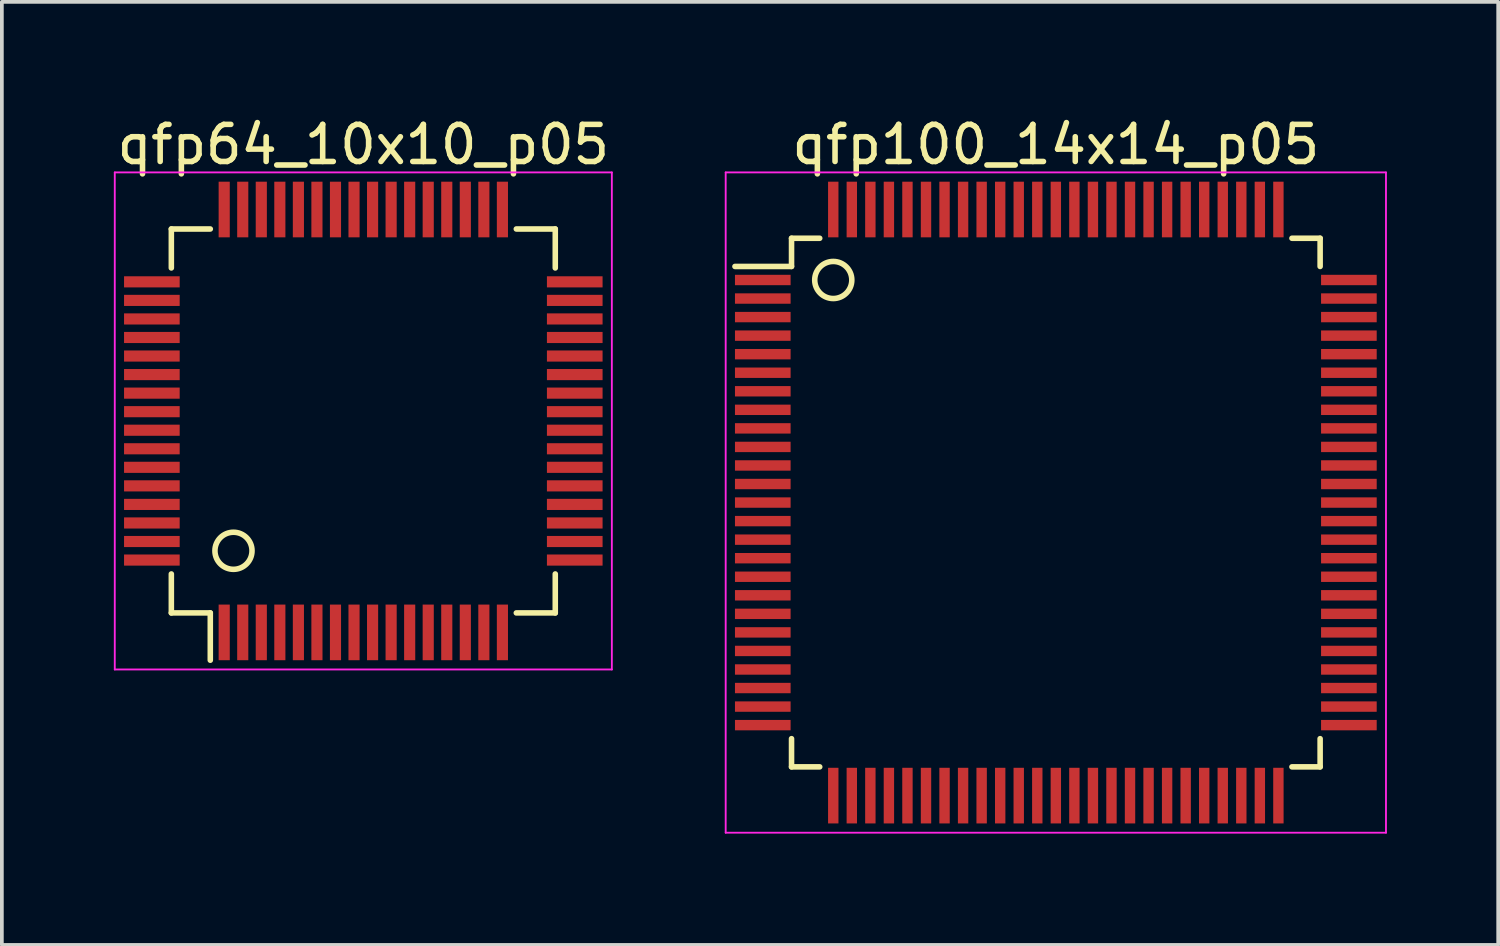
<source format=kicad_pcb>
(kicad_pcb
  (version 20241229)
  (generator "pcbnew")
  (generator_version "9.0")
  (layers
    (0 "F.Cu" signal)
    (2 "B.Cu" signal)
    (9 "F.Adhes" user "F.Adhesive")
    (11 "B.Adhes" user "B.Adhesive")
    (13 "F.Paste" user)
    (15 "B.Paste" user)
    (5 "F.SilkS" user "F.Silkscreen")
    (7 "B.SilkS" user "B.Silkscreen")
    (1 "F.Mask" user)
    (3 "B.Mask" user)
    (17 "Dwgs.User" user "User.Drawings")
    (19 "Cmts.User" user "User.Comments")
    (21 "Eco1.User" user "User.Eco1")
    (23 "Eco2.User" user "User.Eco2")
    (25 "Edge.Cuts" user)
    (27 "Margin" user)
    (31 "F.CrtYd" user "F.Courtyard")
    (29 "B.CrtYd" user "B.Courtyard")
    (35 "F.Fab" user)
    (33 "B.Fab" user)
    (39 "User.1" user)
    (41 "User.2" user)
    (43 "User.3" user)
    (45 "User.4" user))
  (footprint "qfp64_10x10_p05"
    (layer "F.Cu")
    (at 6.744 8.298)
    (property "Reference" "qfp64_10x10_p05" (at 0 -7.45 0) (layer "F.SilkS") (effects (font (size 1 1) (thickness 0.15))))
    (attr smd)
    (fp_line (start -5.175 -5.175) (end -5.175 -4.125) (stroke (width 0.15) (type solid)) (layer "F.SilkS"))
    (fp_line (start -5.175 -5.175) (end -4.125 -5.175) (stroke (width 0.15) (type solid)) (layer "F.SilkS"))
    (fp_line (start -5.175 5.175) (end -5.175 4.125) (stroke (width 0.15) (type solid)) (layer "F.SilkS"))
    (fp_line (start -5.175 5.175) (end -4.125 5.175) (stroke (width 0.15) (type solid)) (layer "F.SilkS"))
    (fp_line (start -4.125 5.175) (end -4.125 6.45) (stroke (width 0.15) (type solid)) (layer "F.SilkS"))
    (fp_line (start 5.175 -5.175) (end 4.125 -5.175) (stroke (width 0.15) (type solid)) (layer "F.SilkS"))
    (fp_line (start 5.175 -5.175) (end 5.175 -4.125) (stroke (width 0.15) (type solid)) (layer "F.SilkS"))
    (fp_line (start 5.175 5.175) (end 4.125 5.175) (stroke (width 0.15) (type solid)) (layer "F.SilkS"))
    (fp_line (start 5.175 5.175) (end 5.175 4.125) (stroke (width 0.15) (type solid)) (layer "F.SilkS"))
    (fp_circle (center -3.5 3.5) (end -3.5 3) (stroke (width 0.15) (type solid)) (fill no) (layer "F.SilkS"))
    (fp_line (start -6.7 -6.7) (end -6.7 6.7) (stroke (width 0.05) (type solid)) (layer "F.CrtYd"))
    (fp_line (start -6.7 -6.7) (end 6.7 -6.7) (stroke (width 0.05) (type solid)) (layer "F.CrtYd"))
    (fp_line (start -6.7 6.7) (end 6.7 6.7) (stroke (width 0.05) (type solid)) (layer "F.CrtYd"))
    (fp_line (start 6.7 -6.7) (end 6.7 6.7) (stroke (width 0.05) (type solid)) (layer "F.CrtYd"))
    (pad "1" smd rect (at -3.75 5.7 90) (size 1.5 0.3) (layers "F.Cu" "F.Mask" "F.Paste"))
    (pad "2" smd rect (at -3.25 5.7 90) (size 1.5 0.3) (layers "F.Cu" "F.Mask" "F.Paste"))
    (pad "3" smd rect (at -2.75 5.7 90) (size 1.5 0.3) (layers "F.Cu" "F.Mask" "F.Paste"))
    (pad "4" smd rect (at -2.25 5.7 90) (size 1.5 0.3) (layers "F.Cu" "F.Mask" "F.Paste"))
    (pad "5" smd rect (at -1.75 5.7 90) (size 1.5 0.3) (layers "F.Cu" "F.Mask" "F.Paste"))
    (pad "6" smd rect (at -1.25 5.7 90) (size 1.5 0.3) (layers "F.Cu" "F.Mask" "F.Paste"))
    (pad "7" smd rect (at -0.75 5.7 90) (size 1.5 0.3) (layers "F.Cu" "F.Mask" "F.Paste"))
    (pad "8" smd rect (at -0.25 5.7 90) (size 1.5 0.3) (layers "F.Cu" "F.Mask" "F.Paste"))
    (pad "9" smd rect (at 0.25 5.7 90) (size 1.5 0.3) (layers "F.Cu" "F.Mask" "F.Paste"))
    (pad "10" smd rect (at 0.75 5.7 90) (size 1.5 0.3) (layers "F.Cu" "F.Mask" "F.Paste"))
    (pad "11" smd rect (at 1.25 5.7 90) (size 1.5 0.3) (layers "F.Cu" "F.Mask" "F.Paste"))
    (pad "12" smd rect (at 1.75 5.7 90) (size 1.5 0.3) (layers "F.Cu" "F.Mask" "F.Paste"))
    (pad "13" smd rect (at 2.25 5.7 90) (size 1.5 0.3) (layers "F.Cu" "F.Mask" "F.Paste"))
    (pad "14" smd rect (at 2.75 5.7 90) (size 1.5 0.3) (layers "F.Cu" "F.Mask" "F.Paste"))
    (pad "15" smd rect (at 3.25 5.7 90) (size 1.5 0.3) (layers "F.Cu" "F.Mask" "F.Paste"))
    (pad "16" smd rect (at 3.75 5.7 90) (size 1.5 0.3) (layers "F.Cu" "F.Mask" "F.Paste"))
    (pad "17" smd rect (at 5.7 3.75 180) (size 1.5 0.3) (layers "F.Cu" "F.Mask" "F.Paste"))
    (pad "18" smd rect (at 5.7 3.25 180) (size 1.5 0.3) (layers "F.Cu" "F.Mask" "F.Paste"))
    (pad "19" smd rect (at 5.7 2.75 180) (size 1.5 0.3) (layers "F.Cu" "F.Mask" "F.Paste"))
    (pad "20" smd rect (at 5.7 2.25 180) (size 1.5 0.3) (layers "F.Cu" "F.Mask" "F.Paste"))
    (pad "21" smd rect (at 5.7 1.75 180) (size 1.5 0.3) (layers "F.Cu" "F.Mask" "F.Paste"))
    (pad "22" smd rect (at 5.7 1.25 180) (size 1.5 0.3) (layers "F.Cu" "F.Mask" "F.Paste"))
    (pad "23" smd rect (at 5.7 0.75 180) (size 1.5 0.3) (layers "F.Cu" "F.Mask" "F.Paste"))
    (pad "24" smd rect (at 5.7 0.25 180) (size 1.5 0.3) (layers "F.Cu" "F.Mask" "F.Paste"))
    (pad "25" smd rect (at 5.7 -0.25 180) (size 1.5 0.3) (layers "F.Cu" "F.Mask" "F.Paste"))
    (pad "26" smd rect (at 5.7 -0.75 180) (size 1.5 0.3) (layers "F.Cu" "F.Mask" "F.Paste"))
    (pad "27" smd rect (at 5.7 -1.25 180) (size 1.5 0.3) (layers "F.Cu" "F.Mask" "F.Paste"))
    (pad "28" smd rect (at 5.7 -1.75 180) (size 1.5 0.3) (layers "F.Cu" "F.Mask" "F.Paste"))
    (pad "29" smd rect (at 5.7 -2.25 180) (size 1.5 0.3) (layers "F.Cu" "F.Mask" "F.Paste"))
    (pad "30" smd rect (at 5.7 -2.75 180) (size 1.5 0.3) (layers "F.Cu" "F.Mask" "F.Paste"))
    (pad "31" smd rect (at 5.7 -3.25 180) (size 1.5 0.3) (layers "F.Cu" "F.Mask" "F.Paste"))
    (pad "32" smd rect (at 5.7 -3.75 180) (size 1.5 0.3) (layers "F.Cu" "F.Mask" "F.Paste"))
    (pad "33" smd rect (at 3.75 -5.7 90) (size 1.5 0.3) (layers "F.Cu" "F.Mask" "F.Paste"))
    (pad "34" smd rect (at 3.25 -5.7 90) (size 1.5 0.3) (layers "F.Cu" "F.Mask" "F.Paste"))
    (pad "35" smd rect (at 2.75 -5.7 90) (size 1.5 0.3) (layers "F.Cu" "F.Mask" "F.Paste"))
    (pad "36" smd rect (at 2.25 -5.7 90) (size 1.5 0.3) (layers "F.Cu" "F.Mask" "F.Paste"))
    (pad "37" smd rect (at 1.75 -5.7 90) (size 1.5 0.3) (layers "F.Cu" "F.Mask" "F.Paste"))
    (pad "38" smd rect (at 1.25 -5.7 90) (size 1.5 0.3) (layers "F.Cu" "F.Mask" "F.Paste"))
    (pad "39" smd rect (at 0.75 -5.7 90) (size 1.5 0.3) (layers "F.Cu" "F.Mask" "F.Paste"))
    (pad "40" smd rect (at 0.25 -5.7 90) (size 1.5 0.3) (layers "F.Cu" "F.Mask" "F.Paste"))
    (pad "41" smd rect (at -0.25 -5.7 90) (size 1.5 0.3) (layers "F.Cu" "F.Mask" "F.Paste"))
    (pad "42" smd rect (at -0.75 -5.7 90) (size 1.5 0.3) (layers "F.Cu" "F.Mask" "F.Paste"))
    (pad "43" smd rect (at -1.25 -5.7 90) (size 1.5 0.3) (layers "F.Cu" "F.Mask" "F.Paste"))
    (pad "44" smd rect (at -1.75 -5.7 90) (size 1.5 0.3) (layers "F.Cu" "F.Mask" "F.Paste"))
    (pad "45" smd rect (at -2.25 -5.7 90) (size 1.5 0.3) (layers "F.Cu" "F.Mask" "F.Paste"))
    (pad "46" smd rect (at -2.75 -5.7 90) (size 1.5 0.3) (layers "F.Cu" "F.Mask" "F.Paste"))
    (pad "47" smd rect (at -3.25 -5.7 90) (size 1.5 0.3) (layers "F.Cu" "F.Mask" "F.Paste"))
    (pad "48" smd rect (at -3.75 -5.7 90) (size 1.5 0.3) (layers "F.Cu" "F.Mask" "F.Paste"))
    (pad "49" smd rect (at -5.7 -3.75 180) (size 1.5 0.3) (layers "F.Cu" "F.Mask" "F.Paste"))
    (pad "50" smd rect (at -5.7 -3.25 180) (size 1.5 0.3) (layers "F.Cu" "F.Mask" "F.Paste"))
    (pad "51" smd rect (at -5.7 -2.75 180) (size 1.5 0.3) (layers "F.Cu" "F.Mask" "F.Paste"))
    (pad "52" smd rect (at -5.7 -2.25 180) (size 1.5 0.3) (layers "F.Cu" "F.Mask" "F.Paste"))
    (pad "53" smd rect (at -5.7 -1.75 180) (size 1.5 0.3) (layers "F.Cu" "F.Mask" "F.Paste"))
    (pad "54" smd rect (at -5.7 -1.25 180) (size 1.5 0.3) (layers "F.Cu" "F.Mask" "F.Paste"))
    (pad "55" smd rect (at -5.7 -0.75 180) (size 1.5 0.3) (layers "F.Cu" "F.Mask" "F.Paste"))
    (pad "56" smd rect (at -5.7 -0.25 180) (size 1.5 0.3) (layers "F.Cu" "F.Mask" "F.Paste"))
    (pad "57" smd rect (at -5.7 0.25 180) (size 1.5 0.3) (layers "F.Cu" "F.Mask" "F.Paste"))
    (pad "58" smd rect (at -5.7 0.75 180) (size 1.5 0.3) (layers "F.Cu" "F.Mask" "F.Paste"))
    (pad "59" smd rect (at -5.7 1.25 180) (size 1.5 0.3) (layers "F.Cu" "F.Mask" "F.Paste"))
    (pad "60" smd rect (at -5.7 1.75 180) (size 1.5 0.3) (layers "F.Cu" "F.Mask" "F.Paste"))
    (pad "61" smd rect (at -5.7 2.25 180) (size 1.5 0.3) (layers "F.Cu" "F.Mask" "F.Paste"))
    (pad "62" smd rect (at -5.7 2.75 180) (size 1.5 0.3) (layers "F.Cu" "F.Mask" "F.Paste"))
    (pad "63" smd rect (at -5.7 3.25 180) (size 1.5 0.3) (layers "F.Cu" "F.Mask" "F.Paste"))
    (pad "64" smd rect (at -5.7 3.75 180) (size 1.5 0.3) (layers "F.Cu" "F.Mask" "F.Paste")))
  (footprint "qfp100_14x14_p05"
    (layer "F.Cu")
    (at 25.413 10.498)
    (property "Reference" "qfp100_14x14_p05" (at 0 -9.65 0) (layer "F.SilkS") (effects (font (size 1 1) (thickness 0.15))))
    (attr smd)
    (fp_line (start -7.125 -7.125) (end -7.125 -6.365) (stroke (width 0.15) (type solid)) (layer "F.SilkS"))
    (fp_line (start -7.125 -7.125) (end -6.365 -7.125) (stroke (width 0.15) (type solid)) (layer "F.SilkS"))
    (fp_line (start -7.125 -6.365) (end -8.65 -6.365) (stroke (width 0.15) (type solid)) (layer "F.SilkS"))
    (fp_line (start -7.125 7.125) (end -7.125 6.365) (stroke (width 0.15) (type solid)) (layer "F.SilkS"))
    (fp_line (start -7.125 7.125) (end -6.365 7.125) (stroke (width 0.15) (type solid)) (layer "F.SilkS"))
    (fp_line (start 7.125 -7.125) (end 6.365 -7.125) (stroke (width 0.15) (type solid)) (layer "F.SilkS"))
    (fp_line (start 7.125 -7.125) (end 7.125 -6.365) (stroke (width 0.15) (type solid)) (layer "F.SilkS"))
    (fp_line (start 7.125 7.125) (end 6.365 7.125) (stroke (width 0.15) (type solid)) (layer "F.SilkS"))
    (fp_line (start 7.125 7.125) (end 7.125 6.365) (stroke (width 0.15) (type solid)) (layer "F.SilkS"))
    (fp_circle (center -6 -6) (end -5.5 -6) (stroke (width 0.15) (type solid)) (fill no) (layer "F.SilkS"))
    (fp_line (start -8.9 -8.9) (end -8.9 8.9) (stroke (width 0.05) (type solid)) (layer "F.CrtYd"))
    (fp_line (start -8.9 -8.9) (end 8.9 -8.9) (stroke (width 0.05) (type solid)) (layer "F.CrtYd"))
    (fp_line (start -8.9 8.9) (end 8.9 8.9) (stroke (width 0.05) (type solid)) (layer "F.CrtYd"))
    (fp_line (start 8.9 -8.9) (end 8.9 8.9) (stroke (width 0.05) (type solid)) (layer "F.CrtYd"))
    (pad "1" smd rect (at -7.9 -6) (size 1.5 0.28) (layers "F.Cu" "F.Mask" "F.Paste"))
    (pad "2" smd rect (at -7.9 -5.5) (size 1.5 0.28) (layers "F.Cu" "F.Mask" "F.Paste"))
    (pad "3" smd rect (at -7.9 -5) (size 1.5 0.28) (layers "F.Cu" "F.Mask" "F.Paste"))
    (pad "4" smd rect (at -7.9 -4.5) (size 1.5 0.28) (layers "F.Cu" "F.Mask" "F.Paste"))
    (pad "5" smd rect (at -7.9 -4) (size 1.5 0.28) (layers "F.Cu" "F.Mask" "F.Paste"))
    (pad "6" smd rect (at -7.9 -3.5) (size 1.5 0.28) (layers "F.Cu" "F.Mask" "F.Paste"))
    (pad "7" smd rect (at -7.9 -3) (size 1.5 0.28) (layers "F.Cu" "F.Mask" "F.Paste"))
    (pad "8" smd rect (at -7.9 -2.5) (size 1.5 0.28) (layers "F.Cu" "F.Mask" "F.Paste"))
    (pad "9" smd rect (at -7.9 -2) (size 1.5 0.28) (layers "F.Cu" "F.Mask" "F.Paste"))
    (pad "10" smd rect (at -7.9 -1.5) (size 1.5 0.28) (layers "F.Cu" "F.Mask" "F.Paste"))
    (pad "11" smd rect (at -7.9 -1) (size 1.5 0.28) (layers "F.Cu" "F.Mask" "F.Paste"))
    (pad "12" smd rect (at -7.9 -0.5) (size 1.5 0.28) (layers "F.Cu" "F.Mask" "F.Paste"))
    (pad "13" smd rect (at -7.9 0) (size 1.5 0.28) (layers "F.Cu" "F.Mask" "F.Paste"))
    (pad "14" smd rect (at -7.9 0.5) (size 1.5 0.28) (layers "F.Cu" "F.Mask" "F.Paste"))
    (pad "15" smd rect (at -7.9 1) (size 1.5 0.28) (layers "F.Cu" "F.Mask" "F.Paste"))
    (pad "16" smd rect (at -7.9 1.5) (size 1.5 0.28) (layers "F.Cu" "F.Mask" "F.Paste"))
    (pad "17" smd rect (at -7.9 2) (size 1.5 0.28) (layers "F.Cu" "F.Mask" "F.Paste"))
    (pad "18" smd rect (at -7.9 2.5) (size 1.5 0.28) (layers "F.Cu" "F.Mask" "F.Paste"))
    (pad "19" smd rect (at -7.9 3) (size 1.5 0.28) (layers "F.Cu" "F.Mask" "F.Paste"))
    (pad "20" smd rect (at -7.9 3.5) (size 1.5 0.28) (layers "F.Cu" "F.Mask" "F.Paste"))
    (pad "21" smd rect (at -7.9 4) (size 1.5 0.28) (layers "F.Cu" "F.Mask" "F.Paste"))
    (pad "22" smd rect (at -7.9 4.5) (size 1.5 0.28) (layers "F.Cu" "F.Mask" "F.Paste"))
    (pad "23" smd rect (at -7.9 5) (size 1.5 0.28) (layers "F.Cu" "F.Mask" "F.Paste"))
    (pad "24" smd rect (at -7.9 5.5) (size 1.5 0.28) (layers "F.Cu" "F.Mask" "F.Paste"))
    (pad "25" smd rect (at -7.9 6) (size 1.5 0.28) (layers "F.Cu" "F.Mask" "F.Paste"))
    (pad "26" smd rect (at -6 7.9 90) (size 1.5 0.28) (layers "F.Cu" "F.Mask" "F.Paste"))
    (pad "27" smd rect (at -5.5 7.9 90) (size 1.5 0.28) (layers "F.Cu" "F.Mask" "F.Paste"))
    (pad "28" smd rect (at -5 7.9 90) (size 1.5 0.28) (layers "F.Cu" "F.Mask" "F.Paste"))
    (pad "29" smd rect (at -4.5 7.9 90) (size 1.5 0.28) (layers "F.Cu" "F.Mask" "F.Paste"))
    (pad "30" smd rect (at -4 7.9 90) (size 1.5 0.28) (layers "F.Cu" "F.Mask" "F.Paste"))
    (pad "31" smd rect (at -3.5 7.9 90) (size 1.5 0.28) (layers "F.Cu" "F.Mask" "F.Paste"))
    (pad "32" smd rect (at -3 7.9 90) (size 1.5 0.28) (layers "F.Cu" "F.Mask" "F.Paste"))
    (pad "33" smd rect (at -2.5 7.9 90) (size 1.5 0.28) (layers "F.Cu" "F.Mask" "F.Paste"))
    (pad "34" smd rect (at -2 7.9 90) (size 1.5 0.28) (layers "F.Cu" "F.Mask" "F.Paste"))
    (pad "35" smd rect (at -1.5 7.9 90) (size 1.5 0.28) (layers "F.Cu" "F.Mask" "F.Paste"))
    (pad "36" smd rect (at -1 7.9 90) (size 1.5 0.28) (layers "F.Cu" "F.Mask" "F.Paste"))
    (pad "37" smd rect (at -0.5 7.9 90) (size 1.5 0.28) (layers "F.Cu" "F.Mask" "F.Paste"))
    (pad "38" smd rect (at 0 7.9 90) (size 1.5 0.28) (layers "F.Cu" "F.Mask" "F.Paste"))
    (pad "39" smd rect (at 0.5 7.9 90) (size 1.5 0.28) (layers "F.Cu" "F.Mask" "F.Paste"))
    (pad "40" smd rect (at 1 7.9 90) (size 1.5 0.28) (layers "F.Cu" "F.Mask" "F.Paste"))
    (pad "41" smd rect (at 1.5 7.9 90) (size 1.5 0.28) (layers "F.Cu" "F.Mask" "F.Paste"))
    (pad "42" smd rect (at 2 7.9 90) (size 1.5 0.28) (layers "F.Cu" "F.Mask" "F.Paste"))
    (pad "43" smd rect (at 2.5 7.9 90) (size 1.5 0.28) (layers "F.Cu" "F.Mask" "F.Paste"))
    (pad "44" smd rect (at 3 7.9 90) (size 1.5 0.28) (layers "F.Cu" "F.Mask" "F.Paste"))
    (pad "45" smd rect (at 3.5 7.9 90) (size 1.5 0.28) (layers "F.Cu" "F.Mask" "F.Paste"))
    (pad "46" smd rect (at 4 7.9 90) (size 1.5 0.28) (layers "F.Cu" "F.Mask" "F.Paste"))
    (pad "47" smd rect (at 4.5 7.9 90) (size 1.5 0.28) (layers "F.Cu" "F.Mask" "F.Paste"))
    (pad "48" smd rect (at 5 7.9 90) (size 1.5 0.28) (layers "F.Cu" "F.Mask" "F.Paste"))
    (pad "49" smd rect (at 5.5 7.9 90) (size 1.5 0.28) (layers "F.Cu" "F.Mask" "F.Paste"))
    (pad "50" smd rect (at 6 7.9 90) (size 1.5 0.28) (layers "F.Cu" "F.Mask" "F.Paste"))
    (pad "51" smd rect (at 7.9 6) (size 1.5 0.28) (layers "F.Cu" "F.Mask" "F.Paste"))
    (pad "52" smd rect (at 7.9 5.5) (size 1.5 0.28) (layers "F.Cu" "F.Mask" "F.Paste"))
    (pad "53" smd rect (at 7.9 5) (size 1.5 0.28) (layers "F.Cu" "F.Mask" "F.Paste"))
    (pad "54" smd rect (at 7.9 4.5) (size 1.5 0.28) (layers "F.Cu" "F.Mask" "F.Paste"))
    (pad "55" smd rect (at 7.9 4) (size 1.5 0.28) (layers "F.Cu" "F.Mask" "F.Paste"))
    (pad "56" smd rect (at 7.9 3.5) (size 1.5 0.28) (layers "F.Cu" "F.Mask" "F.Paste"))
    (pad "57" smd rect (at 7.9 3) (size 1.5 0.28) (layers "F.Cu" "F.Mask" "F.Paste"))
    (pad "58" smd rect (at 7.9 2.5) (size 1.5 0.28) (layers "F.Cu" "F.Mask" "F.Paste"))
    (pad "59" smd rect (at 7.9 2) (size 1.5 0.28) (layers "F.Cu" "F.Mask" "F.Paste"))
    (pad "60" smd rect (at 7.9 1.5) (size 1.5 0.28) (layers "F.Cu" "F.Mask" "F.Paste"))
    (pad "61" smd rect (at 7.9 1) (size 1.5 0.28) (layers "F.Cu" "F.Mask" "F.Paste"))
    (pad "62" smd rect (at 7.9 0.5) (size 1.5 0.28) (layers "F.Cu" "F.Mask" "F.Paste"))
    (pad "63" smd rect (at 7.9 0) (size 1.5 0.28) (layers "F.Cu" "F.Mask" "F.Paste"))
    (pad "64" smd rect (at 7.9 -0.5) (size 1.5 0.28) (layers "F.Cu" "F.Mask" "F.Paste"))
    (pad "65" smd rect (at 7.9 -1) (size 1.5 0.28) (layers "F.Cu" "F.Mask" "F.Paste"))
    (pad "66" smd rect (at 7.9 -1.5) (size 1.5 0.28) (layers "F.Cu" "F.Mask" "F.Paste"))
    (pad "67" smd rect (at 7.9 -2) (size 1.5 0.28) (layers "F.Cu" "F.Mask" "F.Paste"))
    (pad "68" smd rect (at 7.9 -2.5) (size 1.5 0.28) (layers "F.Cu" "F.Mask" "F.Paste"))
    (pad "69" smd rect (at 7.9 -3) (size 1.5 0.28) (layers "F.Cu" "F.Mask" "F.Paste"))
    (pad "70" smd rect (at 7.9 -3.5) (size 1.5 0.28) (layers "F.Cu" "F.Mask" "F.Paste"))
    (pad "71" smd rect (at 7.9 -4) (size 1.5 0.28) (layers "F.Cu" "F.Mask" "F.Paste"))
    (pad "72" smd rect (at 7.9 -4.5) (size 1.5 0.28) (layers "F.Cu" "F.Mask" "F.Paste"))
    (pad "73" smd rect (at 7.9 -5) (size 1.5 0.28) (layers "F.Cu" "F.Mask" "F.Paste"))
    (pad "74" smd rect (at 7.9 -5.5) (size 1.5 0.28) (layers "F.Cu" "F.Mask" "F.Paste"))
    (pad "75" smd rect (at 7.9 -6) (size 1.5 0.28) (layers "F.Cu" "F.Mask" "F.Paste"))
    (pad "76" smd rect (at 6 -7.9 90) (size 1.5 0.28) (layers "F.Cu" "F.Mask" "F.Paste"))
    (pad "77" smd rect (at 5.5 -7.9 90) (size 1.5 0.28) (layers "F.Cu" "F.Mask" "F.Paste"))
    (pad "78" smd rect (at 5 -7.9 90) (size 1.5 0.28) (layers "F.Cu" "F.Mask" "F.Paste"))
    (pad "79" smd rect (at 4.5 -7.9 90) (size 1.5 0.28) (layers "F.Cu" "F.Mask" "F.Paste"))
    (pad "80" smd rect (at 4 -7.9 90) (size 1.5 0.28) (layers "F.Cu" "F.Mask" "F.Paste"))
    (pad "81" smd rect (at 3.5 -7.9 90) (size 1.5 0.28) (layers "F.Cu" "F.Mask" "F.Paste"))
    (pad "82" smd rect (at 3 -7.9 90) (size 1.5 0.28) (layers "F.Cu" "F.Mask" "F.Paste"))
    (pad "83" smd rect (at 2.5 -7.9 90) (size 1.5 0.28) (layers "F.Cu" "F.Mask" "F.Paste"))
    (pad "84" smd rect (at 2 -7.9 90) (size 1.5 0.28) (layers "F.Cu" "F.Mask" "F.Paste"))
    (pad "85" smd rect (at 1.5 -7.9 90) (size 1.5 0.28) (layers "F.Cu" "F.Mask" "F.Paste"))
    (pad "86" smd rect (at 1 -7.9 90) (size 1.5 0.28) (layers "F.Cu" "F.Mask" "F.Paste"))
    (pad "87" smd rect (at 0.5 -7.9 90) (size 1.5 0.28) (layers "F.Cu" "F.Mask" "F.Paste"))
    (pad "88" smd rect (at 0 -7.9 90) (size 1.5 0.28) (layers "F.Cu" "F.Mask" "F.Paste"))
    (pad "89" smd rect (at -0.5 -7.9 90) (size 1.5 0.28) (layers "F.Cu" "F.Mask" "F.Paste"))
    (pad "90" smd rect (at -1 -7.9 90) (size 1.5 0.28) (layers "F.Cu" "F.Mask" "F.Paste"))
    (pad "91" smd rect (at -1.5 -7.9 90) (size 1.5 0.28) (layers "F.Cu" "F.Mask" "F.Paste"))
    (pad "92" smd rect (at -2 -7.9 90) (size 1.5 0.28) (layers "F.Cu" "F.Mask" "F.Paste"))
    (pad "93" smd rect (at -2.5 -7.9 90) (size 1.5 0.28) (layers "F.Cu" "F.Mask" "F.Paste"))
    (pad "94" smd rect (at -3 -7.9 90) (size 1.5 0.28) (layers "F.Cu" "F.Mask" "F.Paste"))
    (pad "95" smd rect (at -3.5 -7.9 90) (size 1.5 0.28) (layers "F.Cu" "F.Mask" "F.Paste"))
    (pad "96" smd rect (at -4 -7.9 90) (size 1.5 0.28) (layers "F.Cu" "F.Mask" "F.Paste"))
    (pad "97" smd rect (at -4.5 -7.9 90) (size 1.5 0.28) (layers "F.Cu" "F.Mask" "F.Paste"))
    (pad "98" smd rect (at -5 -7.9 90) (size 1.5 0.28) (layers "F.Cu" "F.Mask" "F.Paste"))
    (pad "99" smd rect (at -5.5 -7.9 90) (size 1.5 0.28) (layers "F.Cu" "F.Mask" "F.Paste"))
    (pad "100" smd rect (at -6 -7.9 90) (size 1.5 0.28) (layers "F.Cu" "F.Mask" "F.Paste")))
  (gr_rect
    (start -3 -3)
    (end 37.338 22.423)
    (stroke (width 0.1) (type default))
    (fill no)
    (layer "Edge.Cuts")))
</source>
